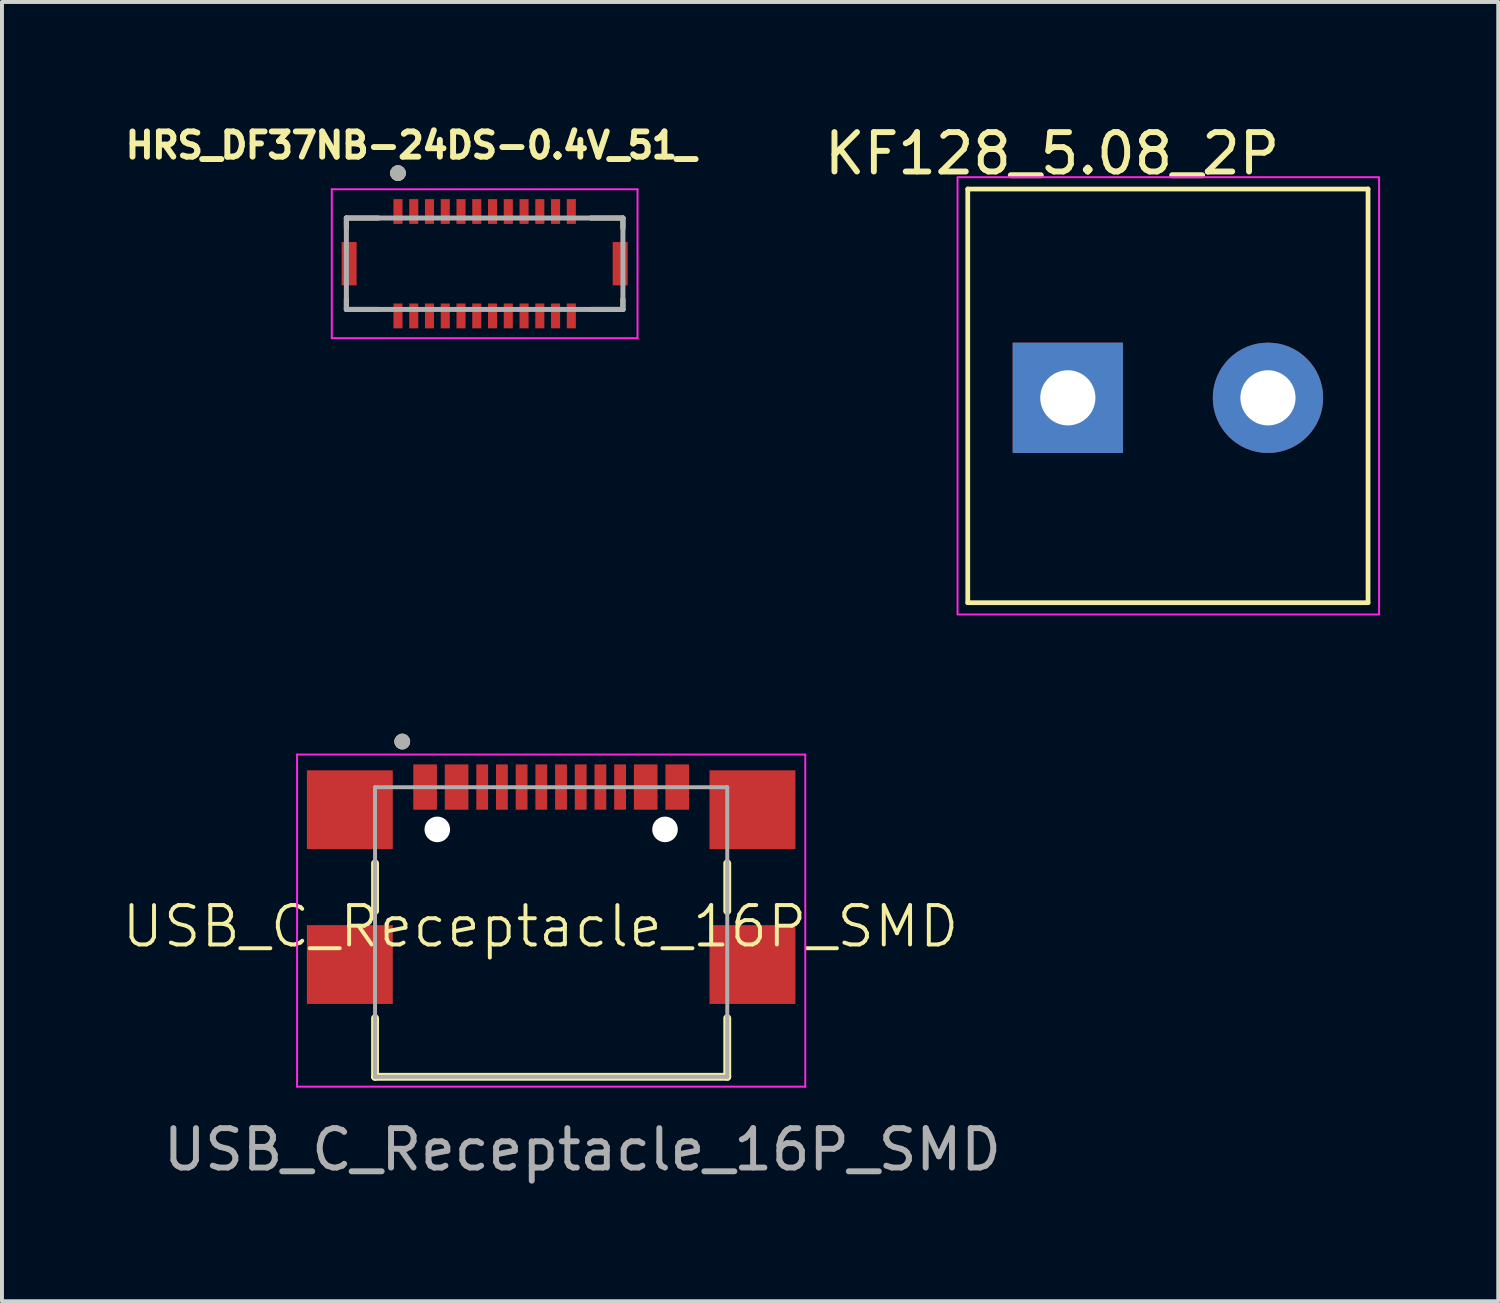
<source format=kicad_pcb>
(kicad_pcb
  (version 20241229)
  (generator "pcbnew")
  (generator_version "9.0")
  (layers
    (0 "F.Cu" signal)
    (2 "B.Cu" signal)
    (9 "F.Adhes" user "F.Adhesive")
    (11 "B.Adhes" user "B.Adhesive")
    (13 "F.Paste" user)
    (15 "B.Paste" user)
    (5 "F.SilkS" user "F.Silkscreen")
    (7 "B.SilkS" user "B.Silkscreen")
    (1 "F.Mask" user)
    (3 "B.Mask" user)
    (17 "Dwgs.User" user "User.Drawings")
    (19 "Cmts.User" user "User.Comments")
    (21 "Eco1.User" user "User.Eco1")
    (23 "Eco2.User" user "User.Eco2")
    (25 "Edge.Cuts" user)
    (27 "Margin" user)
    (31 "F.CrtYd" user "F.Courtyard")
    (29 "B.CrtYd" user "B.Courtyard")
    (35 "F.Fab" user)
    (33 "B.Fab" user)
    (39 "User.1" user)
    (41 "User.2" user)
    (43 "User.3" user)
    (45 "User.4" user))
  (footprint "HRS_DF37NB-24DS-0.4V_51_"
    (layer "F.Cu")
    (at 9.252 3.644)
    (property "Reference" "HRS_DF37NB-24DS-0.4V_51_" (at -1.868 -3.006 0) (layer "F.SilkS") (effects (font (size 0.64 0.64) (thickness 0.15))))
    (attr smd)
    (fp_line (start -3.51 -1.16) (end -3.51 -0.9) (stroke (width 0.127) (type solid)) (layer "F.SilkS"))
    (fp_line (start -3.51 1.16) (end -3.51 0.9) (stroke (width 0.127) (type solid)) (layer "F.SilkS"))
    (fp_line (start -2.7 -1.16) (end -3.51 -1.16) (stroke (width 0.127) (type solid)) (layer "F.SilkS"))
    (fp_line (start -2.7 1.16) (end -3.51 1.16) (stroke (width 0.127) (type solid)) (layer "F.SilkS"))
    (fp_line (start 2.7 -1.16) (end 3.51 -1.16) (stroke (width 0.127) (type solid)) (layer "F.SilkS"))
    (fp_line (start 2.7 1.16) (end 3.51 1.16) (stroke (width 0.127) (type solid)) (layer "F.SilkS"))
    (fp_line (start 3.51 -1.16) (end 3.51 -0.9) (stroke (width 0.127) (type solid)) (layer "F.SilkS"))
    (fp_line (start 3.51 1.16) (end 3.51 0.9) (stroke (width 0.127) (type solid)) (layer "F.SilkS"))
    (fp_circle (center -2.2 -2.3) (end -2.1 -2.3) (stroke (width 0.2) (type solid)) (fill no) (layer "F.SilkS"))
    (fp_poly (pts (xy -2.315 -1.64) (xy -2.085 -1.64) (xy -2.085 -1.14) (xy -2.315 -1.14)) (stroke (width 0.01) (type solid)) (fill yes) (layer "F.Paste"))
    (fp_poly (pts (xy -2.315 1.14) (xy -2.085 1.14) (xy -2.085 1.64) (xy -2.315 1.64)) (stroke (width 0.01) (type solid)) (fill yes) (layer "F.Paste"))
    (fp_poly (pts (xy -1.915 -1.64) (xy -1.685 -1.64) (xy -1.685 -1.14) (xy -1.915 -1.14)) (stroke (width 0.01) (type solid)) (fill yes) (layer "F.Paste"))
    (fp_poly (pts (xy -1.915 1.14) (xy -1.685 1.14) (xy -1.685 1.64) (xy -1.915 1.64)) (stroke (width 0.01) (type solid)) (fill yes) (layer "F.Paste"))
    (fp_poly (pts (xy -1.515 -1.64) (xy -1.285 -1.64) (xy -1.285 -1.14) (xy -1.515 -1.14)) (stroke (width 0.01) (type solid)) (fill yes) (layer "F.Paste"))
    (fp_poly (pts (xy -1.515 1.14) (xy -1.285 1.14) (xy -1.285 1.64) (xy -1.515 1.64)) (stroke (width 0.01) (type solid)) (fill yes) (layer "F.Paste"))
    (fp_poly (pts (xy -1.115 -1.64) (xy -0.885 -1.64) (xy -0.885 -1.14) (xy -1.115 -1.14)) (stroke (width 0.01) (type solid)) (fill yes) (layer "F.Paste"))
    (fp_poly (pts (xy -1.115 1.14) (xy -0.885 1.14) (xy -0.885 1.64) (xy -1.115 1.64)) (stroke (width 0.01) (type solid)) (fill yes) (layer "F.Paste"))
    (fp_poly (pts (xy -0.715 -1.64) (xy -0.485 -1.64) (xy -0.485 -1.14) (xy -0.715 -1.14)) (stroke (width 0.01) (type solid)) (fill yes) (layer "F.Paste"))
    (fp_poly (pts (xy -0.715 1.14) (xy -0.485 1.14) (xy -0.485 1.64) (xy -0.715 1.64)) (stroke (width 0.01) (type solid)) (fill yes) (layer "F.Paste"))
    (fp_poly (pts (xy -0.315 -1.64) (xy -0.085 -1.64) (xy -0.085 -1.14) (xy -0.315 -1.14)) (stroke (width 0.01) (type solid)) (fill yes) (layer "F.Paste"))
    (fp_poly (pts (xy -0.315 1.14) (xy -0.085 1.14) (xy -0.085 1.64) (xy -0.315 1.64)) (stroke (width 0.01) (type solid)) (fill yes) (layer "F.Paste"))
    (fp_poly (pts (xy 0.085 -1.64) (xy 0.315 -1.64) (xy 0.315 -1.14) (xy 0.085 -1.14)) (stroke (width 0.01) (type solid)) (fill yes) (layer "F.Paste"))
    (fp_poly (pts (xy 0.085 1.14) (xy 0.315 1.14) (xy 0.315 1.64) (xy 0.085 1.64)) (stroke (width 0.01) (type solid)) (fill yes) (layer "F.Paste"))
    (fp_poly (pts (xy 0.485 -1.64) (xy 0.715 -1.64) (xy 0.715 -1.14) (xy 0.485 -1.14)) (stroke (width 0.01) (type solid)) (fill yes) (layer "F.Paste"))
    (fp_poly (pts (xy 0.485 1.14) (xy 0.715 1.14) (xy 0.715 1.64) (xy 0.485 1.64)) (stroke (width 0.01) (type solid)) (fill yes) (layer "F.Paste"))
    (fp_poly (pts (xy 0.885 -1.64) (xy 1.115 -1.64) (xy 1.115 -1.14) (xy 0.885 -1.14)) (stroke (width 0.01) (type solid)) (fill yes) (layer "F.Paste"))
    (fp_poly (pts (xy 0.885 1.14) (xy 1.115 1.14) (xy 1.115 1.64) (xy 0.885 1.64)) (stroke (width 0.01) (type solid)) (fill yes) (layer "F.Paste"))
    (fp_poly (pts (xy 1.285 -1.64) (xy 1.515 -1.64) (xy 1.515 -1.14) (xy 1.285 -1.14)) (stroke (width 0.01) (type solid)) (fill yes) (layer "F.Paste"))
    (fp_poly (pts (xy 1.285 1.14) (xy 1.515 1.14) (xy 1.515 1.64) (xy 1.285 1.64)) (stroke (width 0.01) (type solid)) (fill yes) (layer "F.Paste"))
    (fp_poly (pts (xy 1.685 -1.64) (xy 1.915 -1.64) (xy 1.915 -1.14) (xy 1.685 -1.14)) (stroke (width 0.01) (type solid)) (fill yes) (layer "F.Paste"))
    (fp_poly (pts (xy 1.685 1.14) (xy 1.915 1.14) (xy 1.915 1.64) (xy 1.685 1.64)) (stroke (width 0.01) (type solid)) (fill yes) (layer "F.Paste"))
    (fp_poly (pts (xy 2.085 -1.64) (xy 2.315 -1.64) (xy 2.315 -1.14) (xy 2.085 -1.14)) (stroke (width 0.01) (type solid)) (fill yes) (layer "F.Paste"))
    (fp_poly (pts (xy 2.085 1.14) (xy 2.315 1.14) (xy 2.315 1.64) (xy 2.085 1.64)) (stroke (width 0.01) (type solid)) (fill yes) (layer "F.Paste"))
    (fp_line (start -3.88 -1.89) (end -3.88 1.89) (stroke (width 0.05) (type solid)) (layer "F.CrtYd"))
    (fp_line (start -3.88 1.89) (end 3.88 1.89) (stroke (width 0.05) (type solid)) (layer "F.CrtYd"))
    (fp_line (start 3.88 -1.89) (end -3.88 -1.89) (stroke (width 0.05) (type solid)) (layer "F.CrtYd"))
    (fp_line (start 3.88 1.89) (end 3.88 -1.89) (stroke (width 0.05) (type solid)) (layer "F.CrtYd"))
    (fp_line (start -3.51 -1.16) (end -3.51 1.16) (stroke (width 0.127) (type solid)) (layer "F.Fab"))
    (fp_line (start -3.51 1.16) (end 3.51 1.16) (stroke (width 0.127) (type solid)) (layer "F.Fab"))
    (fp_line (start 3.51 -1.16) (end -3.51 -1.16) (stroke (width 0.127) (type solid)) (layer "F.Fab"))
    (fp_line (start 3.51 1.16) (end 3.51 -1.16) (stroke (width 0.127) (type solid)) (layer "F.Fab"))
    (fp_circle (center -2.2 -2.3) (end -2.1 -2.3) (stroke (width 0.2) (type solid)) (fill no) (layer "F.Fab"))
    (pad "1" smd rect (at -2.2 -1.325 90) (size 0.63 0.23) (layers "F.Cu" "F.Mask"))
    (pad "2" smd rect (at -2.2 1.325 90) (size 0.63 0.23) (layers "F.Cu" "F.Mask"))
    (pad "3" smd rect (at -1.8 -1.325 90) (size 0.63 0.23) (layers "F.Cu" "F.Mask"))
    (pad "4" smd rect (at -1.8 1.325 90) (size 0.63 0.23) (layers "F.Cu" "F.Mask"))
    (pad "5" smd rect (at -1.4 -1.325 90) (size 0.63 0.23) (layers "F.Cu" "F.Mask"))
    (pad "6" smd rect (at -1.4 1.325 90) (size 0.63 0.23) (layers "F.Cu" "F.Mask"))
    (pad "7" smd rect (at -1 -1.325 90) (size 0.63 0.23) (layers "F.Cu" "F.Mask"))
    (pad "8" smd rect (at -1 1.325 90) (size 0.63 0.23) (layers "F.Cu" "F.Mask"))
    (pad "9" smd rect (at -0.6 -1.325 90) (size 0.63 0.23) (layers "F.Cu" "F.Mask"))
    (pad "10" smd rect (at -0.6 1.325 90) (size 0.63 0.23) (layers "F.Cu" "F.Mask"))
    (pad "11" smd rect (at -0.2 -1.325 90) (size 0.63 0.23) (layers "F.Cu" "F.Mask"))
    (pad "12" smd rect (at -0.2 1.325 90) (size 0.63 0.23) (layers "F.Cu" "F.Mask"))
    (pad "13" smd rect (at 0.2 -1.325 90) (size 0.63 0.23) (layers "F.Cu" "F.Mask"))
    (pad "14" smd rect (at 0.2 1.325 90) (size 0.63 0.23) (layers "F.Cu" "F.Mask"))
    (pad "15" smd rect (at 0.6 -1.325 90) (size 0.63 0.23) (layers "F.Cu" "F.Mask"))
    (pad "16" smd rect (at 0.6 1.325 90) (size 0.63 0.23) (layers "F.Cu" "F.Mask"))
    (pad "17" smd rect (at 1 -1.325 90) (size 0.63 0.23) (layers "F.Cu" "F.Mask"))
    (pad "18" smd rect (at 1 1.325 90) (size 0.63 0.23) (layers "F.Cu" "F.Mask"))
    (pad "19" smd rect (at 1.4 -1.325 90) (size 0.63 0.23) (layers "F.Cu" "F.Mask"))
    (pad "20" smd rect (at 1.4 1.325 90) (size 0.63 0.23) (layers "F.Cu" "F.Mask"))
    (pad "21" smd rect (at 1.8 -1.325 90) (size 0.63 0.23) (layers "F.Cu" "F.Mask"))
    (pad "22" smd rect (at 1.8 1.325 90) (size 0.63 0.23) (layers "F.Cu" "F.Mask"))
    (pad "23" smd rect (at 2.2 -1.325 90) (size 0.63 0.23) (layers "F.Cu" "F.Mask"))
    (pad "24" smd rect (at 2.2 1.325 90) (size 0.63 0.23) (layers "F.Cu" "F.Mask"))
    (pad "S1" smd rect (at -3.44 0 90) (size 1.1 0.38) (layers "F.Cu" "F.Mask" "F.Paste"))
    (pad "S2" smd rect (at 3.44 0 90) (size 1.1 0.38) (layers "F.Cu" "F.Mask" "F.Paste")))
  (footprint "KF128_5.08_2P"
    (layer "F.Cu")
    (at 24.055 7.048)
    (property "Reference" "KF128_5.08_2P" (at -0.4 -6.2 0) (unlocked yes) (layer "F.SilkS") (effects (font (size 1 1) (thickness 0.15))))
    (attr through_hole)
    (fp_line (start -2.54 -5.3) (end 7.62 -5.3) (stroke (width 0.12) (type solid)) (layer "F.SilkS"))
    (fp_line (start -2.54 5.2) (end -2.54 -5.3) (stroke (width 0.12) (type solid)) (layer "F.SilkS"))
    (fp_line (start -2.54 5.2) (end 7.62 5.2) (stroke (width 0.12) (type solid)) (layer "F.SilkS"))
    (fp_line (start 7.62 5.2) (end 7.62 -5.3) (stroke (width 0.12) (type solid)) (layer "F.SilkS"))
    (fp_rect (start -2.8 -5.6) (end 7.9 5.5) (stroke (width 0.05) (type solid)) (fill no) (layer "F.CrtYd"))
    (pad "1" thru_hole rect (at 0 0) (size 2.8 2.8) (drill 1.4) (layers "*.Cu" "*.Mask"))
    (pad "2" thru_hole circle (at 5.08 0) (size 2.8 2.8) (drill 1.4) (layers "*.Cu" "*.Mask")))
  (footprint "USB_C_Receptacle_16P_SMD"
    (layer "F.Cu")
    (at 8.05 18.003)
    (property "Reference" "USB_C_Receptacle_16P_SMD" (at 2.619 2.463 0) (unlocked yes) (layer "F.SilkS") (effects (font (size 1 1) (thickness 0.1))))
    (attr smd)
    (fp_line (start -1.58 0.86) (end -1.58 2.07) (stroke (width 0.2) (type solid)) (layer "F.SilkS"))
    (fp_line (start -1.58 4.79) (end -1.58 6.28) (stroke (width 0.2) (type solid)) (layer "F.SilkS"))
    (fp_line (start -1.58 6.28) (end 7.36 6.28) (stroke (width 0.2) (type solid)) (layer "F.SilkS"))
    (fp_line (start 7.36 0.86) (end 7.36 2.07) (stroke (width 0.2) (type solid)) (layer "F.SilkS"))
    (fp_line (start 7.36 6.28) (end 7.36 4.79) (stroke (width 0.2) (type solid)) (layer "F.SilkS"))
    (fp_circle (center -0.89 -2.23) (end -0.79 -2.23) (stroke (width 0.2) (type solid)) (fill no) (layer "F.SilkS"))
    (fp_line (start -3.56 -1.9) (end 9.34 -1.9) (stroke (width 0.05) (type solid)) (layer "F.CrtYd"))
    (fp_line (start -3.56 6.53) (end -3.56 -1.9) (stroke (width 0.05) (type solid)) (layer "F.CrtYd"))
    (fp_line (start 9.34 -1.9) (end 9.34 6.53) (stroke (width 0.05) (type solid)) (layer "F.CrtYd"))
    (fp_line (start 9.34 6.53) (end -3.56 6.53) (stroke (width 0.05) (type solid)) (layer "F.CrtYd"))
    (fp_line (start -1.58 -1.07) (end -1.58 6.28) (stroke (width 0.1) (type solid)) (layer "F.Fab"))
    (fp_line (start -1.58 6.28) (end 7.36 6.28) (stroke (width 0.1) (type solid)) (layer "F.Fab"))
    (fp_line (start 7.36 -1.07) (end -1.58 -1.07) (stroke (width 0.1) (type solid)) (layer "F.Fab"))
    (fp_line (start 7.36 6.28) (end 7.36 -1.07) (stroke (width 0.1) (type solid)) (layer "F.Fab"))
    (fp_circle (center -0.89 -2.23) (end -0.79 -2.23) (stroke (width 0.2) (type solid)) (fill no) (layer "F.Fab"))
    (fp_text user "${REFERENCE}" (at 3.683 8.128 0) (unlocked yes) (layer "F.Fab") (effects (font (size 1 1) (thickness 0.15))))
    (pad "" np_thru_hole circle (at 0 0) (size 0.65 0.65) (drill 0.65) (layers "*.Cu" "*.Mask"))
    (pad "" np_thru_hole circle (at 5.78 0) (size 0.65 0.65) (drill 0.65) (layers "*.Cu" "*.Mask"))
    (pad "A1/B12" smd rect (at -0.31 -1.075) (size 0.6 1.15) (layers "F.Cu" "F.Mask" "F.Paste"))
    (pad "A4/B9" smd rect (at 0.49 -1.075) (size 0.6 1.15) (layers "F.Cu" "F.Mask" "F.Paste"))
    (pad "A5" smd rect (at 1.64 -1.075) (size 0.3 1.15) (layers "F.Cu" "F.Mask" "F.Paste"))
    (pad "A6" smd rect (at 2.64 -1.075) (size 0.3 1.15) (layers "F.Cu" "F.Mask" "F.Paste"))
    (pad "A7" smd rect (at 3.14 -1.075) (size 0.3 1.15) (layers "F.Cu" "F.Mask" "F.Paste"))
    (pad "A8" smd rect (at 4.14 -1.075) (size 0.3 1.15) (layers "F.Cu" "F.Mask" "F.Paste"))
    (pad "B1/A12" smd rect (at 6.09 -1.075) (size 0.6 1.15) (layers "F.Cu" "F.Mask" "F.Paste"))
    (pad "B4/A9" smd rect (at 5.29 -1.075) (size 0.6 1.15) (layers "F.Cu" "F.Mask" "F.Paste"))
    (pad "B5" smd rect (at 4.64 -1.075) (size 0.3 1.15) (layers "F.Cu" "F.Mask" "F.Paste"))
    (pad "B6" smd rect (at 3.64 -1.075) (size 0.3 1.15) (layers "F.Cu" "F.Mask" "F.Paste"))
    (pad "B7" smd rect (at 2.14 -1.075) (size 0.3 1.15) (layers "F.Cu" "F.Mask" "F.Paste"))
    (pad "B8" smd rect (at 1.14 -1.075) (size 0.3 1.15) (layers "F.Cu" "F.Mask" "F.Paste"))
    (pad "S1" smd rect (at -2.22 -0.5) (size 2.18 2) (layers "F.Cu" "F.Mask" "F.Paste"))
    (pad "S2" smd rect (at 8 -0.5) (size 2.18 2) (layers "F.Cu" "F.Mask" "F.Paste"))
    (pad "S3" smd rect (at -2.22 3.43) (size 2.18 2) (layers "F.Cu" "F.Mask" "F.Paste"))
    (pad "S4" smd rect (at 8 3.43) (size 2.18 2) (layers "F.Cu" "F.Mask" "F.Paste")))
  (gr_rect
    (start -3 -3)
    (end 34.98 29.98)
    (stroke (width 0.1) (type default))
    (fill no)
    (layer "Edge.Cuts")))
</source>
